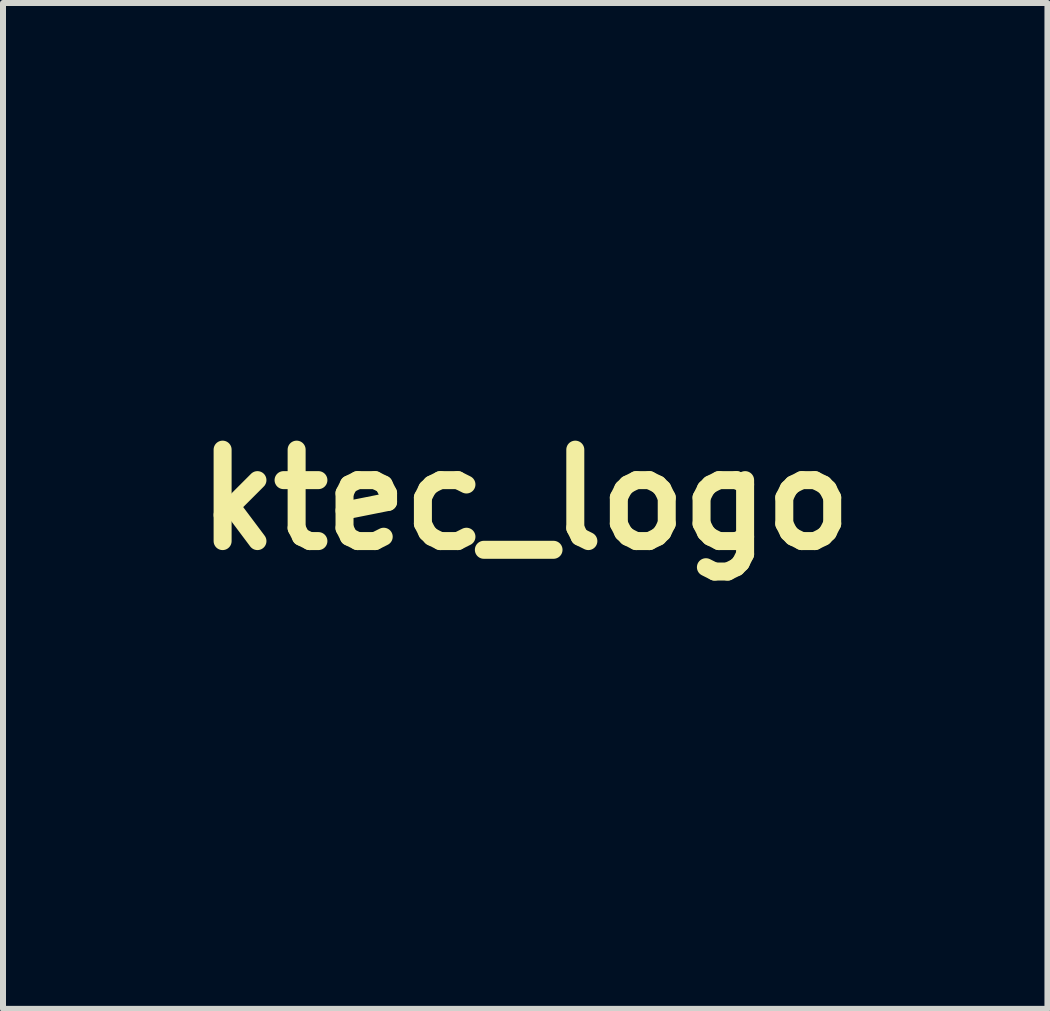
<source format=kicad_pcb>
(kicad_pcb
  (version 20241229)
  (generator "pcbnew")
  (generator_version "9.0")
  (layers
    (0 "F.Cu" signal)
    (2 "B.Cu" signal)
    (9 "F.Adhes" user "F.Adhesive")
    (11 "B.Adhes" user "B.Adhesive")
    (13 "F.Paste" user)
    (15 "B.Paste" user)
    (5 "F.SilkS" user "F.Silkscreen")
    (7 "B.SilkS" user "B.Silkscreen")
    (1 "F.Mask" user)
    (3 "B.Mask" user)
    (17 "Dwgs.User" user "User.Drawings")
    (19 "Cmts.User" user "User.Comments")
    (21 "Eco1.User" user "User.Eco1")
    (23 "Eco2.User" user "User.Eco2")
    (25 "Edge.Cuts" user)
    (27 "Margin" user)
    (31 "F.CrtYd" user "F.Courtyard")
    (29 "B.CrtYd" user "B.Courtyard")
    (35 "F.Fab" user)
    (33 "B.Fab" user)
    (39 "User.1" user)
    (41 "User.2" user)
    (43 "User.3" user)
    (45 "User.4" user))
  (footprint "ktec_logo"
    (layer "F.Cu")
    (at 5.704 5.279)
    (property "Reference" "ktec_logo" (at 0 0 0) (layer "F.SilkS") (effects (font (size 1.524 1.524) (thickness 0.3))))
    (attr through_hole)
    (fp_poly (pts (xy 0.729 -5.249) (xy 1.946 -4.949) (xy 3.03 -4.386) (xy 3.377 -4.118) (xy 4.092 -3.505) (xy 2.299 -1.706) (xy 0.505 0.093) (xy 1.48 1.043) (xy 1.956 1.477) (xy 2.352 1.789) (xy 2.601 1.925) (xy 2.634 1.924) (xy 2.791 2.03) (xy 3.031 2.373) (xy 3.303 2.88) (xy 3.31 2.895) (xy 3.807 3.935) (xy 3.225 4.42) (xy 2.372 4.947) (xy 1.326 5.31) (xy 0.208 5.481) (xy -0.866 5.433) (xy -0.994 5.409) (xy -2.242 4.991) (xy -3.359 4.286) (xy -4.291 3.339) (xy -4.966 2.231) (xy -5.269 1.225) (xy -5.313 0.671) (xy -4.741 0.671) (xy -4.648 1.125) (xy -4.404 1.737) (xy -4.064 2.399) (xy -3.685 3) (xy -3.388 3.365) (xy -2.413 4.166) (xy -1.348 4.645) (xy -0.182 4.804) (xy 1.098 4.647) (xy 1.524 4.533) (xy 2.02 4.337) (xy 2.505 4.073) (xy 2.88 3.802) (xy 3.047 3.586) (xy 3.048 3.57) (xy 2.908 3.426) (xy 2.557 3.221) (xy 2.384 3.139) (xy 1.995 2.916) (xy 1.799 2.707) (xy 1.794 2.643) (xy 1.721 2.432) (xy 1.457 2.075) (xy 1.104 1.697) (xy 0.339 0.945) (xy 0.339 2.42) (xy 0.333 3.13) (xy 0.305 3.567) (xy 0.239 3.796) (xy 0.122 3.883) (xy 0 3.895) (xy -0.154 3.871) (xy -0.253 3.761) (xy -0.308 3.502) (xy -0.333 3.032) (xy -0.339 2.292) (xy -0.339 2.201) (xy -0.339 0.508) (xy -2.54 0.508) (xy -3.431 0.52) (xy -4.126 0.553) (xy -4.579 0.605) (xy -4.741 0.671) (xy -4.741 0.671) (xy -5.313 0.671) (xy -5.36 0.081) (xy -5.299 -0.502) (xy -4.741 -0.502) (xy -4.58 -0.436) (xy -4.128 -0.384) (xy -3.433 -0.351) (xy -2.543 -0.339) (xy -2.54 -0.339) (xy -0.339 -0.339) (xy -0.339 -2.032) (xy -0.334 -2.803) (xy -0.312 -3.296) (xy -0.26 -3.573) (xy -0.166 -3.696) (xy -0.018 -3.725) (xy 0 -3.725) (xy 0.163 -3.699) (xy 0.263 -3.577) (xy 0.316 -3.294) (xy 0.336 -2.783) (xy 0.339 -2.248) (xy 0.339 -0.77) (xy 1.687 -2.111) (xy 2.314 -2.747) (xy 2.699 -3.203) (xy 2.846 -3.53) (xy 2.761 -3.782) (xy 2.447 -4.01) (xy 1.909 -4.267) (xy 1.867 -4.286) (xy 0.746 -4.605) (xy -0.426 -4.622) (xy -1.581 -4.352) (xy -2.649 -3.809) (xy -3.407 -3.176) (xy -3.77 -2.712) (xy -4.14 -2.096) (xy -4.461 -1.439) (xy -4.679 -0.852) (xy -4.741 -0.502) (xy -5.299 -0.502) (xy -5.239 -1.077) (xy -4.911 -2.126) (xy -4.86 -2.236) (xy -4.241 -3.2) (xy -3.422 -4.052) (xy -2.492 -4.709) (xy -1.815 -5.011) (xy -0.549 -5.274) (xy 0.729 -5.249)) (stroke (width 0.01) (type solid)) (fill yes) (layer "F.Mask")))
  (gr_rect
    (start -3 -3)
    (end 14.408 13.765)
    (stroke (width 0.1) (type default))
    (fill no)
    (layer "Edge.Cuts")))
</source>
